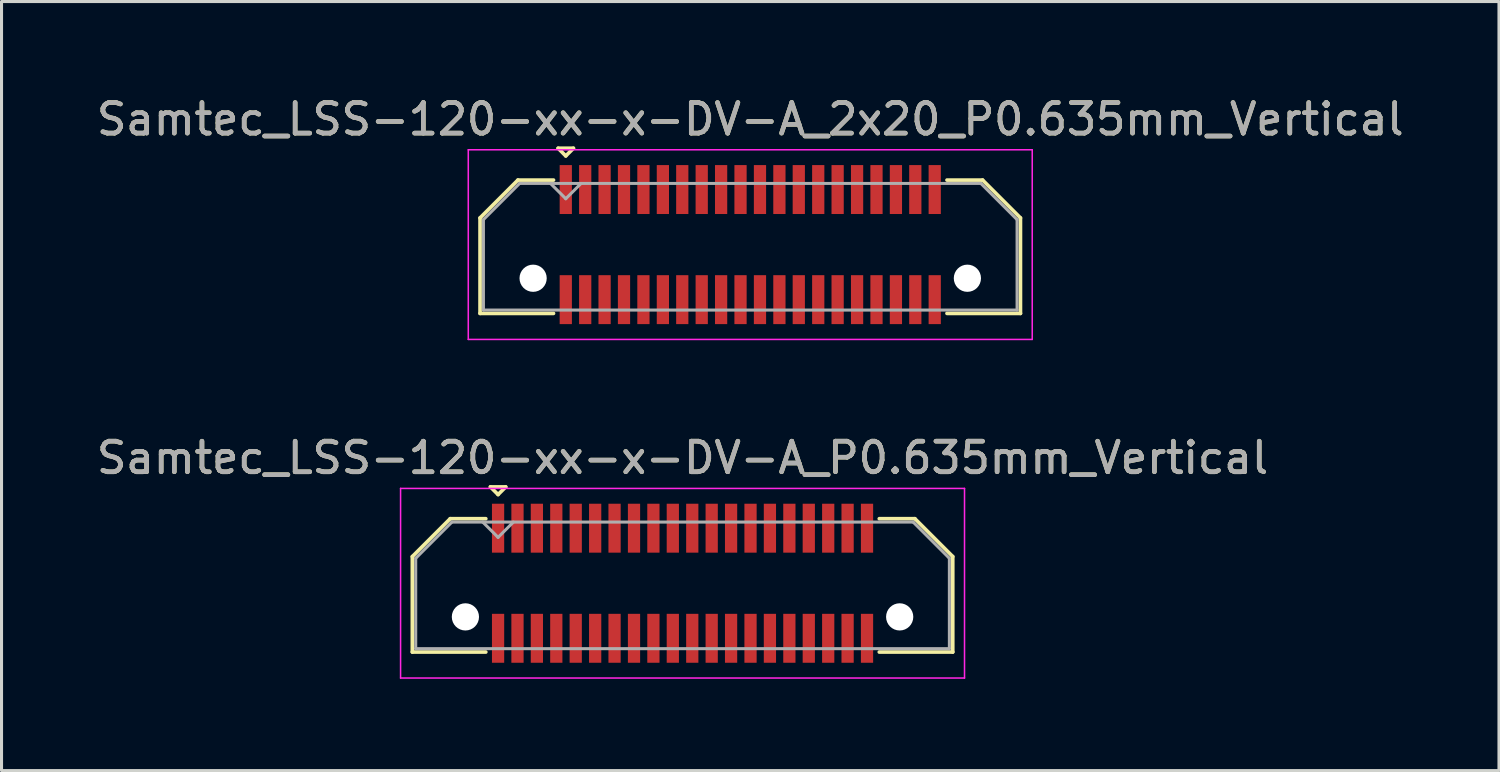
<source format=kicad_pcb>
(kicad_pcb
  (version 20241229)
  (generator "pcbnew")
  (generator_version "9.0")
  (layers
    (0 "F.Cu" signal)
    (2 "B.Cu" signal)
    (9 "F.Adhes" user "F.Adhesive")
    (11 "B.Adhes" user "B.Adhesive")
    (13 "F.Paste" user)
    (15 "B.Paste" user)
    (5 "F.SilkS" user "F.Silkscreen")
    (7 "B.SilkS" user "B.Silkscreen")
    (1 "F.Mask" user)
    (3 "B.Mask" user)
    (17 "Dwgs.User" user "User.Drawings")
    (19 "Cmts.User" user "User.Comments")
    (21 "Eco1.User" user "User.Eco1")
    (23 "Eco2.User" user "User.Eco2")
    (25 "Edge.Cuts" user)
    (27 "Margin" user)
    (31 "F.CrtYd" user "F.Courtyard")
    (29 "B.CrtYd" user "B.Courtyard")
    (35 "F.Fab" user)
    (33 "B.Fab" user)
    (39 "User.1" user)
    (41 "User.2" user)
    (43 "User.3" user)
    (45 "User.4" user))
  (footprint "Samtec_LSS-120-xx-x-DV-A_P0.635mm_Vertical"
    (layer "F.Cu")
    (at 19.268 16.021)
    (property "Reference" "Samtec_LSS-120-xx-x-DV-A_P0.635mm_Vertical" (at 0 -4.1 0) (layer "F.SilkS") (effects (font (size 1 1) (thickness 0.15))))
    (attr smd)
    (fp_line (start -8.835 -0.872) (end -8.835 2.25) (stroke (width 0.12) (type solid)) (layer "F.SilkS"))
    (fp_line (start -8.835 2.25) (end -6.433 2.25) (stroke (width 0.12) (type solid)) (layer "F.SilkS"))
    (fp_line (start -7.597 -2.11) (end -8.835 -0.872) (stroke (width 0.12) (type solid)) (layer "F.SilkS"))
    (fp_line (start -6.433 -2.11) (end -7.597 -2.11) (stroke (width 0.12) (type solid)) (layer "F.SilkS"))
    (fp_line (start -6.282 -3.15) (end -5.782 -3.15) (stroke (width 0.12) (type solid)) (layer "F.SilkS"))
    (fp_line (start -6.032 -2.9) (end -6.282 -3.15) (stroke (width 0.12) (type solid)) (layer "F.SilkS"))
    (fp_line (start -5.782 -3.15) (end -6.032 -2.9) (stroke (width 0.12) (type solid)) (layer "F.SilkS"))
    (fp_line (start 6.433 -2.11) (end 7.597 -2.11) (stroke (width 0.12) (type solid)) (layer "F.SilkS"))
    (fp_line (start 7.597 -2.11) (end 8.835 -0.872) (stroke (width 0.12) (type solid)) (layer "F.SilkS"))
    (fp_line (start 8.835 -0.872) (end 8.835 2.25) (stroke (width 0.12) (type solid)) (layer "F.SilkS"))
    (fp_line (start 8.835 2.25) (end 6.433 2.25) (stroke (width 0.12) (type solid)) (layer "F.SilkS"))
    (fp_line (start -9.22 -3.1) (end -9.22 3.1) (stroke (width 0.05) (type solid)) (layer "F.CrtYd"))
    (fp_line (start -9.22 3.1) (end 9.22 3.1) (stroke (width 0.05) (type solid)) (layer "F.CrtYd"))
    (fp_line (start 9.22 -3.1) (end -9.22 -3.1) (stroke (width 0.05) (type solid)) (layer "F.CrtYd"))
    (fp_line (start 9.22 3.1) (end 9.22 -3.1) (stroke (width 0.05) (type solid)) (layer "F.CrtYd"))
    (fp_line (start -8.725 -0.817) (end -8.725 2.14) (stroke (width 0.1) (type solid)) (layer "F.Fab"))
    (fp_line (start -8.725 2.14) (end 8.725 2.14) (stroke (width 0.1) (type solid)) (layer "F.Fab"))
    (fp_line (start -7.542 -2) (end -8.725 -0.817) (stroke (width 0.1) (type solid)) (layer "F.Fab"))
    (fp_line (start -6.032 -1.5) (end -6.532 -2) (stroke (width 0.1) (type solid)) (layer "F.Fab"))
    (fp_line (start -5.532 -2) (end -6.032 -1.5) (stroke (width 0.1) (type solid)) (layer "F.Fab"))
    (fp_line (start 7.542 -2) (end -7.542 -2) (stroke (width 0.1) (type solid)) (layer "F.Fab"))
    (fp_line (start 8.725 -0.817) (end 7.542 -2) (stroke (width 0.1) (type solid)) (layer "F.Fab"))
    (fp_line (start 8.725 2.14) (end 8.725 -0.817) (stroke (width 0.1) (type solid)) (layer "F.Fab"))
    (fp_text user "${REFERENCE}" (at 0 -4.1 0) (layer "F.Fab") (effects (font (size 1 1) (thickness 0.15))))
    (pad "" np_thru_hole circle (at -7.1 1.1) (size 0.89 0.89) (drill 0.89) (layers "*.Cu" "*.Mask"))
    (pad "" np_thru_hole circle (at 7.1 1.1) (size 0.89 0.89) (drill 0.89) (layers "*.Cu" "*.Mask"))
    (pad "1" smd rect (at -6.032 -1.8) (size 0.4 1.6) (layers "F.Cu" "F.Mask" "F.Paste"))
    (pad "2" smd rect (at -6.032 1.8) (size 0.4 1.6) (layers "F.Cu" "F.Mask" "F.Paste"))
    (pad "3" smd rect (at -5.397 -1.8) (size 0.4 1.6) (layers "F.Cu" "F.Mask" "F.Paste"))
    (pad "4" smd rect (at -5.397 1.8) (size 0.4 1.6) (layers "F.Cu" "F.Mask" "F.Paste"))
    (pad "5" smd rect (at -4.763 -1.8) (size 0.4 1.6) (layers "F.Cu" "F.Mask" "F.Paste"))
    (pad "6" smd rect (at -4.763 1.8) (size 0.4 1.6) (layers "F.Cu" "F.Mask" "F.Paste"))
    (pad "7" smd rect (at -4.128 -1.8) (size 0.4 1.6) (layers "F.Cu" "F.Mask" "F.Paste"))
    (pad "8" smd rect (at -4.128 1.8) (size 0.4 1.6) (layers "F.Cu" "F.Mask" "F.Paste"))
    (pad "9" smd rect (at -3.493 -1.8) (size 0.4 1.6) (layers "F.Cu" "F.Mask" "F.Paste"))
    (pad "10" smd rect (at -3.493 1.8) (size 0.4 1.6) (layers "F.Cu" "F.Mask" "F.Paste"))
    (pad "11" smd rect (at -2.857 -1.8) (size 0.4 1.6) (layers "F.Cu" "F.Mask" "F.Paste"))
    (pad "12" smd rect (at -2.857 1.8) (size 0.4 1.6) (layers "F.Cu" "F.Mask" "F.Paste"))
    (pad "13" smd rect (at -2.223 -1.8) (size 0.4 1.6) (layers "F.Cu" "F.Mask" "F.Paste"))
    (pad "14" smd rect (at -2.223 1.8) (size 0.4 1.6) (layers "F.Cu" "F.Mask" "F.Paste"))
    (pad "15" smd rect (at -1.587 -1.8) (size 0.4 1.6) (layers "F.Cu" "F.Mask" "F.Paste"))
    (pad "16" smd rect (at -1.587 1.8) (size 0.4 1.6) (layers "F.Cu" "F.Mask" "F.Paste"))
    (pad "17" smd rect (at -0.953 -1.8) (size 0.4 1.6) (layers "F.Cu" "F.Mask" "F.Paste"))
    (pad "18" smd rect (at -0.953 1.8) (size 0.4 1.6) (layers "F.Cu" "F.Mask" "F.Paste"))
    (pad "19" smd rect (at -0.318 -1.8) (size 0.4 1.6) (layers "F.Cu" "F.Mask" "F.Paste"))
    (pad "20" smd rect (at -0.318 1.8) (size 0.4 1.6) (layers "F.Cu" "F.Mask" "F.Paste"))
    (pad "21" smd rect (at 0.318 -1.8) (size 0.4 1.6) (layers "F.Cu" "F.Mask" "F.Paste"))
    (pad "22" smd rect (at 0.318 1.8) (size 0.4 1.6) (layers "F.Cu" "F.Mask" "F.Paste"))
    (pad "23" smd rect (at 0.953 -1.8) (size 0.4 1.6) (layers "F.Cu" "F.Mask" "F.Paste"))
    (pad "24" smd rect (at 0.953 1.8) (size 0.4 1.6) (layers "F.Cu" "F.Mask" "F.Paste"))
    (pad "25" smd rect (at 1.587 -1.8) (size 0.4 1.6) (layers "F.Cu" "F.Mask" "F.Paste"))
    (pad "26" smd rect (at 1.587 1.8) (size 0.4 1.6) (layers "F.Cu" "F.Mask" "F.Paste"))
    (pad "27" smd rect (at 2.223 -1.8) (size 0.4 1.6) (layers "F.Cu" "F.Mask" "F.Paste"))
    (pad "28" smd rect (at 2.223 1.8) (size 0.4 1.6) (layers "F.Cu" "F.Mask" "F.Paste"))
    (pad "29" smd rect (at 2.857 -1.8) (size 0.4 1.6) (layers "F.Cu" "F.Mask" "F.Paste"))
    (pad "30" smd rect (at 2.857 1.8) (size 0.4 1.6) (layers "F.Cu" "F.Mask" "F.Paste"))
    (pad "31" smd rect (at 3.493 -1.8) (size 0.4 1.6) (layers "F.Cu" "F.Mask" "F.Paste"))
    (pad "32" smd rect (at 3.493 1.8) (size 0.4 1.6) (layers "F.Cu" "F.Mask" "F.Paste"))
    (pad "33" smd rect (at 4.128 -1.8) (size 0.4 1.6) (layers "F.Cu" "F.Mask" "F.Paste"))
    (pad "34" smd rect (at 4.128 1.8) (size 0.4 1.6) (layers "F.Cu" "F.Mask" "F.Paste"))
    (pad "35" smd rect (at 4.763 -1.8) (size 0.4 1.6) (layers "F.Cu" "F.Mask" "F.Paste"))
    (pad "36" smd rect (at 4.763 1.8) (size 0.4 1.6) (layers "F.Cu" "F.Mask" "F.Paste"))
    (pad "37" smd rect (at 5.397 -1.8) (size 0.4 1.6) (layers "F.Cu" "F.Mask" "F.Paste"))
    (pad "38" smd rect (at 5.397 1.8) (size 0.4 1.6) (layers "F.Cu" "F.Mask" "F.Paste"))
    (pad "39" smd rect (at 6.032 -1.8) (size 0.4 1.6) (layers "F.Cu" "F.Mask" "F.Paste"))
    (pad "40" smd rect (at 6.032 1.8) (size 0.4 1.6) (layers "F.Cu" "F.Mask" "F.Paste")))
  (footprint "Samtec_LSS-120-xx-x-DV-A_2x20_P0.635mm_Vertical"
    (layer "F.Cu")
    (at 21.482 4.948)
    (property "Reference" "Samtec_LSS-120-xx-x-DV-A_2x20_P0.635mm_Vertical" (at 0 -4.1 0) (layer "F.SilkS") (effects (font (size 1 1) (thickness 0.15))))
    (attr smd)
    (fp_line (start -8.835 -0.872) (end -8.835 2.25) (stroke (width 0.12) (type solid)) (layer "F.SilkS"))
    (fp_line (start -8.835 2.25) (end -6.433 2.25) (stroke (width 0.12) (type solid)) (layer "F.SilkS"))
    (fp_line (start -7.597 -2.11) (end -8.835 -0.872) (stroke (width 0.12) (type solid)) (layer "F.SilkS"))
    (fp_line (start -6.433 -2.11) (end -7.597 -2.11) (stroke (width 0.12) (type solid)) (layer "F.SilkS"))
    (fp_line (start -6.282 -3.15) (end -5.782 -3.15) (stroke (width 0.12) (type solid)) (layer "F.SilkS"))
    (fp_line (start -6.032 -2.9) (end -6.282 -3.15) (stroke (width 0.12) (type solid)) (layer "F.SilkS"))
    (fp_line (start -5.782 -3.15) (end -6.032 -2.9) (stroke (width 0.12) (type solid)) (layer "F.SilkS"))
    (fp_line (start 6.433 -2.11) (end 7.597 -2.11) (stroke (width 0.12) (type solid)) (layer "F.SilkS"))
    (fp_line (start 7.597 -2.11) (end 8.835 -0.872) (stroke (width 0.12) (type solid)) (layer "F.SilkS"))
    (fp_line (start 8.835 -0.872) (end 8.835 2.25) (stroke (width 0.12) (type solid)) (layer "F.SilkS"))
    (fp_line (start 8.835 2.25) (end 6.433 2.25) (stroke (width 0.12) (type solid)) (layer "F.SilkS"))
    (fp_line (start -9.22 -3.1) (end -9.22 3.1) (stroke (width 0.05) (type solid)) (layer "F.CrtYd"))
    (fp_line (start -9.22 3.1) (end 9.22 3.1) (stroke (width 0.05) (type solid)) (layer "F.CrtYd"))
    (fp_line (start 9.22 -3.1) (end -9.22 -3.1) (stroke (width 0.05) (type solid)) (layer "F.CrtYd"))
    (fp_line (start 9.22 3.1) (end 9.22 -3.1) (stroke (width 0.05) (type solid)) (layer "F.CrtYd"))
    (fp_line (start -8.725 -0.817) (end -8.725 2.14) (stroke (width 0.1) (type solid)) (layer "F.Fab"))
    (fp_line (start -8.725 2.14) (end 8.725 2.14) (stroke (width 0.1) (type solid)) (layer "F.Fab"))
    (fp_line (start -7.542 -2) (end -8.725 -0.817) (stroke (width 0.1) (type solid)) (layer "F.Fab"))
    (fp_line (start -6.032 -1.5) (end -6.532 -2) (stroke (width 0.1) (type solid)) (layer "F.Fab"))
    (fp_line (start -5.532 -2) (end -6.032 -1.5) (stroke (width 0.1) (type solid)) (layer "F.Fab"))
    (fp_line (start 7.542 -2) (end -7.542 -2) (stroke (width 0.1) (type solid)) (layer "F.Fab"))
    (fp_line (start 8.725 -0.817) (end 7.542 -2) (stroke (width 0.1) (type solid)) (layer "F.Fab"))
    (fp_line (start 8.725 2.14) (end 8.725 -0.817) (stroke (width 0.1) (type solid)) (layer "F.Fab"))
    (fp_text user "${REFERENCE}" (at 0 -4.1 0) (layer "F.Fab") (effects (font (size 1 1) (thickness 0.15))))
    (pad "" np_thru_hole circle (at -7.1 1.1) (size 0.89 0.89) (drill 0.89) (layers "*.Cu" "*.Mask"))
    (pad "" np_thru_hole circle (at 7.1 1.1) (size 0.89 0.89) (drill 0.89) (layers "*.Cu" "*.Mask"))
    (pad "1" smd rect (at -6.032 -1.8) (size 0.4 1.6) (layers "F.Cu" "F.Mask" "F.Paste"))
    (pad "2" smd rect (at -6.032 1.8) (size 0.4 1.6) (layers "F.Cu" "F.Mask" "F.Paste"))
    (pad "3" smd rect (at -5.397 -1.8) (size 0.4 1.6) (layers "F.Cu" "F.Mask" "F.Paste"))
    (pad "4" smd rect (at -5.397 1.8) (size 0.4 1.6) (layers "F.Cu" "F.Mask" "F.Paste"))
    (pad "5" smd rect (at -4.763 -1.8) (size 0.4 1.6) (layers "F.Cu" "F.Mask" "F.Paste"))
    (pad "6" smd rect (at -4.763 1.8) (size 0.4 1.6) (layers "F.Cu" "F.Mask" "F.Paste"))
    (pad "7" smd rect (at -4.128 -1.8) (size 0.4 1.6) (layers "F.Cu" "F.Mask" "F.Paste"))
    (pad "8" smd rect (at -4.128 1.8) (size 0.4 1.6) (layers "F.Cu" "F.Mask" "F.Paste"))
    (pad "9" smd rect (at -3.493 -1.8) (size 0.4 1.6) (layers "F.Cu" "F.Mask" "F.Paste"))
    (pad "10" smd rect (at -3.493 1.8) (size 0.4 1.6) (layers "F.Cu" "F.Mask" "F.Paste"))
    (pad "11" smd rect (at -2.857 -1.8) (size 0.4 1.6) (layers "F.Cu" "F.Mask" "F.Paste"))
    (pad "12" smd rect (at -2.857 1.8) (size 0.4 1.6) (layers "F.Cu" "F.Mask" "F.Paste"))
    (pad "13" smd rect (at -2.223 -1.8) (size 0.4 1.6) (layers "F.Cu" "F.Mask" "F.Paste"))
    (pad "14" smd rect (at -2.223 1.8) (size 0.4 1.6) (layers "F.Cu" "F.Mask" "F.Paste"))
    (pad "15" smd rect (at -1.587 -1.8) (size 0.4 1.6) (layers "F.Cu" "F.Mask" "F.Paste"))
    (pad "16" smd rect (at -1.587 1.8) (size 0.4 1.6) (layers "F.Cu" "F.Mask" "F.Paste"))
    (pad "17" smd rect (at -0.953 -1.8) (size 0.4 1.6) (layers "F.Cu" "F.Mask" "F.Paste"))
    (pad "18" smd rect (at -0.953 1.8) (size 0.4 1.6) (layers "F.Cu" "F.Mask" "F.Paste"))
    (pad "19" smd rect (at -0.318 -1.8) (size 0.4 1.6) (layers "F.Cu" "F.Mask" "F.Paste"))
    (pad "20" smd rect (at -0.318 1.8) (size 0.4 1.6) (layers "F.Cu" "F.Mask" "F.Paste"))
    (pad "21" smd rect (at 0.318 -1.8) (size 0.4 1.6) (layers "F.Cu" "F.Mask" "F.Paste"))
    (pad "22" smd rect (at 0.318 1.8) (size 0.4 1.6) (layers "F.Cu" "F.Mask" "F.Paste"))
    (pad "23" smd rect (at 0.953 -1.8) (size 0.4 1.6) (layers "F.Cu" "F.Mask" "F.Paste"))
    (pad "24" smd rect (at 0.953 1.8) (size 0.4 1.6) (layers "F.Cu" "F.Mask" "F.Paste"))
    (pad "25" smd rect (at 1.587 -1.8) (size 0.4 1.6) (layers "F.Cu" "F.Mask" "F.Paste"))
    (pad "26" smd rect (at 1.587 1.8) (size 0.4 1.6) (layers "F.Cu" "F.Mask" "F.Paste"))
    (pad "27" smd rect (at 2.223 -1.8) (size 0.4 1.6) (layers "F.Cu" "F.Mask" "F.Paste"))
    (pad "28" smd rect (at 2.223 1.8) (size 0.4 1.6) (layers "F.Cu" "F.Mask" "F.Paste"))
    (pad "29" smd rect (at 2.857 -1.8) (size 0.4 1.6) (layers "F.Cu" "F.Mask" "F.Paste"))
    (pad "30" smd rect (at 2.857 1.8) (size 0.4 1.6) (layers "F.Cu" "F.Mask" "F.Paste"))
    (pad "31" smd rect (at 3.493 -1.8) (size 0.4 1.6) (layers "F.Cu" "F.Mask" "F.Paste"))
    (pad "32" smd rect (at 3.493 1.8) (size 0.4 1.6) (layers "F.Cu" "F.Mask" "F.Paste"))
    (pad "33" smd rect (at 4.128 -1.8) (size 0.4 1.6) (layers "F.Cu" "F.Mask" "F.Paste"))
    (pad "34" smd rect (at 4.128 1.8) (size 0.4 1.6) (layers "F.Cu" "F.Mask" "F.Paste"))
    (pad "35" smd rect (at 4.763 -1.8) (size 0.4 1.6) (layers "F.Cu" "F.Mask" "F.Paste"))
    (pad "36" smd rect (at 4.763 1.8) (size 0.4 1.6) (layers "F.Cu" "F.Mask" "F.Paste"))
    (pad "37" smd rect (at 5.397 -1.8) (size 0.4 1.6) (layers "F.Cu" "F.Mask" "F.Paste"))
    (pad "38" smd rect (at 5.397 1.8) (size 0.4 1.6) (layers "F.Cu" "F.Mask" "F.Paste"))
    (pad "39" smd rect (at 6.032 -1.8) (size 0.4 1.6) (layers "F.Cu" "F.Mask" "F.Paste"))
    (pad "40" smd rect (at 6.032 1.8) (size 0.4 1.6) (layers "F.Cu" "F.Mask" "F.Paste")))
  (gr_rect
    (start -3 -3)
    (end 45.964 22.146)
    (stroke (width 0.1) (type default))
    (fill no)
    (layer "Edge.Cuts")))
</source>
